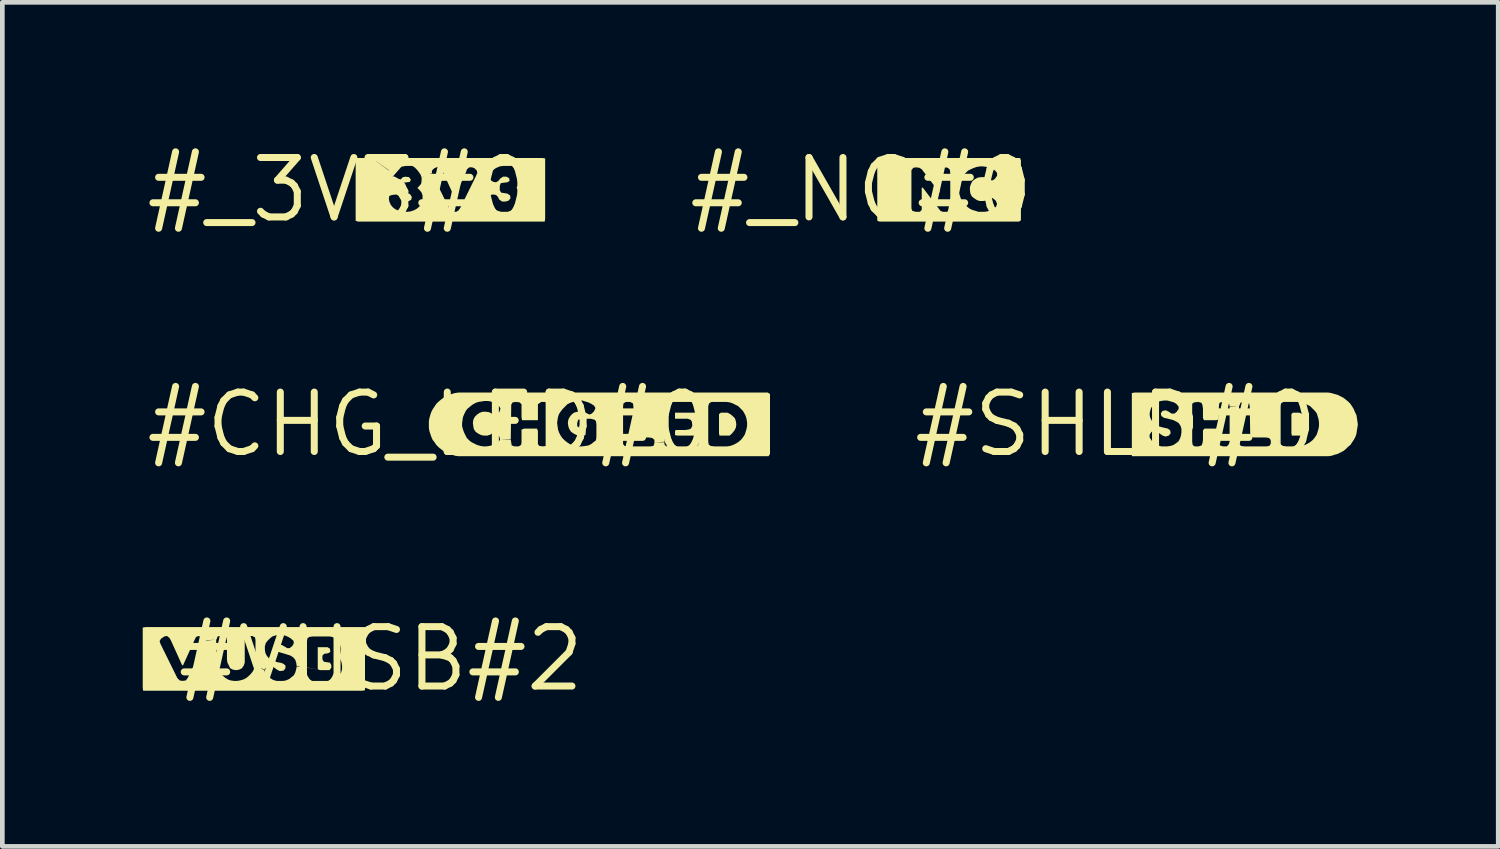
<source format=kicad_pcb>
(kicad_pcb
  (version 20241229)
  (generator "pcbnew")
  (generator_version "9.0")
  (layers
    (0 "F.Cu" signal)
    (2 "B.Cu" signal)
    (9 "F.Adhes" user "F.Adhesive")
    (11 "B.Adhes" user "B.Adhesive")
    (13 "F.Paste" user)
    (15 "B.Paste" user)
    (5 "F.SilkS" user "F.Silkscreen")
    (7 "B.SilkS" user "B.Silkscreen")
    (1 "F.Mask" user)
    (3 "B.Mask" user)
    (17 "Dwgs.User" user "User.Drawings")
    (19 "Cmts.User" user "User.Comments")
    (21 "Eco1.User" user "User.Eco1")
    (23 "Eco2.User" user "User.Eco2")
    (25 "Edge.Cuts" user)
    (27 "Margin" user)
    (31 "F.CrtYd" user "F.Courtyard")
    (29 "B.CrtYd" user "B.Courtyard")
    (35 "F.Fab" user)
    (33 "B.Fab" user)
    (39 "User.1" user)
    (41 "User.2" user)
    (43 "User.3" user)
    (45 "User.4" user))
  (footprint "#CHG_LED#0"
    (layer "F.Cu")
    (at 6.115 6.019)
    (property "Reference" "#CHG_LED#0" (at 0 0 0) (layer "F.SilkS") (effects (font (size 1.27 1.27) (thickness 0.15))))
    (attr through_hole)
    (fp_poly (pts (xy 6.44 0.23) (xy 6.49 0.18) (xy 6.53 0.13) (xy 6.56 0.07) (xy 6.57 0) (xy 6.56 -0.07) (xy 6.54 -0.13) (xy 6.49 -0.18) (xy 6.44 -0.22) (xy 6.38 -0.25) (xy 6.31 -0.25) (xy 6.24 -0.25) (xy 6.2 -0.22) (xy 6.2 0.19) (xy 6.21 0.24) (xy 6.42 0.24)) (stroke (width 0) (type solid)) (fill yes) (layer "F.SilkS"))
    (fp_poly (pts (xy 0.63 -0.68) (xy 0.56 -0.67) (xy 0.49 -0.65) (xy 0.43 -0.63) (xy 0.37 -0.6) (xy 0.31 -0.57) (xy 0.26 -0.53) (xy 0.2 -0.48) (xy 0.16 -0.44) (xy 0.12 -0.38) (xy 0.08 -0.32) (xy 0.05 -0.26) (xy 0.03 -0.2) (xy 0.01 -0.13) (xy 0 -0.07) (xy 0 0) (xy 0 0.07) (xy 0.01 0.14) (xy 0.03 0.2) (xy 0.05 0.26) (xy 0.08 0.33) (xy 0.12 0.38) (xy 0.16 0.44) (xy 0.21 0.49) (xy 0.26 0.53) (xy 0.31 0.57) (xy 0.37 0.6) (xy 0.43 0.63) (xy 0.5 0.65) (xy 0.56 0.67) (xy 0.63 0.68) (xy 0.7 0.68) (xy 7.26 0.68) (xy 7.29 0.63) (xy 7.29 -0.65) (xy 7.24 -0.68) (xy 0.68 -0.68) (xy 0.88 -0.38) (xy 0.93 -0.42) (xy 1 -0.46) (xy 1.06 -0.48) (xy 1.13 -0.49) (xy 1.19 -0.5) (xy 1.26 -0.5) (xy 1.32 -0.49) (xy 1.4 -0.46) (xy 1.45 -0.43) (xy 1.5 -0.39) (xy 1.53 -0.34) (xy 1.51 -0.27) (xy 1.45 -0.21) (xy 1.4 -0.2) (xy 1.29 -0.26) (xy 1.22 -0.27) (xy 1.15 -0.27) (xy 1.09 -0.25) (xy 1.03 -0.21) (xy 0.98 -0.16) (xy 0.95 -0.1) (xy 0.94 -0.03) (xy 0.95 0.04) (xy 0.96 0.1) (xy 1 0.16) (xy 1.06 0.2) (xy 1.12 0.23) (xy 1.18 0.24) (xy 1.25 0.24) (xy 1.31 0.22) (xy 1.36 0.19) (xy 1.41 0.17) (xy 1.46 0.2) (xy 1.51 0.27) (xy 1.52 0.33) (xy 1.75 0.32) (xy 1.76 -0.42) (xy 1.79 -0.47) (xy 1.86 -0.48) (xy 1.94 -0.47) (xy 1.98 -0.43) (xy 1.98 -0.36) (xy 1.98 -0.16) (xy 1.99 -0.09) (xy 2.33 -0.09) (xy 2.33 -0.16) (xy 2.33 -0.36) (xy 2.33 -0.43) (xy 2.4 -0.48) (xy 2.48 -0.48) (xy 2.54 -0.45) (xy 2.56 -0.4) (xy 2.56 0.35) (xy 2.81 0.23) (xy 2.78 0.17) (xy 2.76 0.11) (xy 2.75 0.04) (xy 2.74 -0.03) (xy 2.75 -0.1) (xy 2.76 -0.16) (xy 2.78 -0.22) (xy 2.82 -0.28) (xy 2.86 -0.33) (xy 2.91 -0.38) (xy 2.96 -0.43) (xy 3.02 -0.46) (xy 3.08 -0.48) (xy 3.14 -0.5) (xy 3.21 -0.51) (xy 3.28 -0.51) (xy 3.34 -0.49) (xy 3.41 -0.47) (xy 3.47 -0.44) (xy 3.53 -0.4) (xy 3.56 -0.35) (xy 3.53 -0.28) (xy 3.48 -0.23) (xy 3.43 -0.21) (xy 3.37 -0.24) (xy 3.3 -0.27) (xy 3.24 -0.28) (xy 3.17 -0.27) (xy 3.1 -0.25) (xy 3.05 -0.21) (xy 3.01 -0.16) (xy 2.98 -0.1) (xy 2.97 -0.03) (xy 2.98 0.04) (xy 3 0.1) (xy 3.04 0.16) (xy 3.1 0.2) (xy 3.16 0.23) (xy 3.22 0.24) (xy 3.29 0.24) (xy 3.35 0.22) (xy 3.35 0.08) (xy 3.29 0.07) (xy 3.22 0.07) (xy 3.17 0.04) (xy 3.17 -0.03) (xy 3.19 -0.1) (xy 3.25 -0.11) (xy 3.26 -0.12) (xy 3.46 -0.12) (xy 3.54 -0.1) (xy 3.57 -0.07) (xy 3.58 0) (xy 3.58 0.27) (xy 4.15 0.35) (xy 4.15 -0.39) (xy 4.16 -0.45) (xy 4.21 -0.48) (xy 4.3 -0.48) (xy 4.36 -0.45) (xy 4.37 -0.39) (xy 4.38 0.22) (xy 4.43 0.28) (xy 4.7 0.28) (xy 4.77 0.29) (xy 4.82 0.33) (xy 4.82 0.4) (xy 5.03 0.37) (xy 5.03 -0.38) (xy 5.04 -0.44) (xy 5.08 -0.47) (xy 5.16 -0.48) (xy 5.63 -0.48) (xy 5.7 -0.48) (xy 5.75 -0.45) (xy 5.77 -0.39) (xy 5.97 -0.39) (xy 5.99 -0.45) (xy 6.04 -0.48) (xy 6.09 -0.48) (xy 6.36 -0.48) (xy 6.43 -0.47) (xy 6.49 -0.45) (xy 6.55 -0.42) (xy 6.61 -0.39) (xy 6.66 -0.34) (xy 6.71 -0.29) (xy 6.74 -0.24) (xy 6.77 -0.18) (xy 6.79 -0.11) (xy 6.8 -0.04) (xy 6.8 0.03) (xy 6.79 0.09) (xy 6.77 0.16) (xy 6.75 0.22) (xy 6.71 0.28) (xy 6.67 0.33) (xy 6.61 0.38) (xy 6.56 0.41) (xy 6.5 0.44) (xy 6.44 0.46) (xy 6.37 0.47) (xy 6.3 0.47) (xy 6.1 0.47) (xy 6.02 0.46) (xy 5.98 0.43) (xy 5.97 0.36) (xy 5.97 -0.39) (xy 5.77 -0.39) (xy 5.76 -0.3) (xy 5.73 -0.26) (xy 5.66 -0.25) (xy 5.26 -0.25) (xy 5.26 -0.12) (xy 5.53 -0.12) (xy 5.59 -0.1) (xy 5.62 -0.06) (xy 5.63 0.03) (xy 5.6 0.09) (xy 5.55 0.11) (xy 5.48 0.12) (xy 5.27 0.12) (xy 5.26 0.16) (xy 5.26 0.23) (xy 5.32 0.24) (xy 5.66 0.24) (xy 5.72 0.25) (xy 5.76 0.29) (xy 5.77 0.38) (xy 5.75 0.45) (xy 5.71 0.47) (xy 5.64 0.47) (xy 5.16 0.47) (xy 5.08 0.47) (xy 5.04 0.44) (xy 5.03 0.38) (xy 4.82 0.4) (xy 4.8 0.46) (xy 4.74 0.47) (xy 4.26 0.47) (xy 4.18 0.46) (xy 4.15 0.42) (xy 4.15 0.35) (xy 3.58 0.28) (xy 3.57 0.34) (xy 3.52 0.38) (xy 3.47 0.42) (xy 3.41 0.45) (xy 3.35 0.46) (xy 3.27 0.47) (xy 3.2 0.47) (xy 3.13 0.47) (xy 3.07 0.45) (xy 3.01 0.42) (xy 2.95 0.38) (xy 2.9 0.34) (xy 2.85 0.29) (xy 2.81 0.23) (xy 2.56 0.35) (xy 2.55 0.42) (xy 2.52 0.46) (xy 2.44 0.47) (xy 2.36 0.46) (xy 2.33 0.42) (xy 2.33 0.35) (xy 2.33 0.14) (xy 2.31 0.09) (xy 2.04 0.09) (xy 1.98 0.11) (xy 1.98 0.38) (xy 1.97 0.44) (xy 1.92 0.47) (xy 1.83 0.47) (xy 1.77 0.45) (xy 1.76 0.39) (xy 1.75 0.33) (xy 1.52 0.33) (xy 1.48 0.38) (xy 1.43 0.42) (xy 1.37 0.44) (xy 1.3 0.46) (xy 1.23 0.47) (xy 1.16 0.47) (xy 1.1 0.46) (xy 1.03 0.44) (xy 0.97 0.41) (xy 0.91 0.38) (xy 0.86 0.34) (xy 0.81 0.29) (xy 0.78 0.23) (xy 0.75 0.17) (xy 0.73 0.11) (xy 0.71 0.04) (xy 0.71 -0.03) (xy 0.72 -0.1) (xy 0.73 -0.16) (xy 0.76 -0.23) (xy 0.79 -0.29) (xy 0.83 -0.34) (xy 0.88 -0.38) (xy 0.68 -0.68)) (stroke (width 0) (type solid)) (fill yes) (layer "F.SilkS")))
  (footprint "#_NC#0"
    (layer "F.Cu")
    (at 15.357 1.006)
    (property "Reference" "#_NC#0" (at 0 0 0) (layer "F.SilkS") (effects (font (size 1.27 1.27) (thickness 0.15))))
    (attr through_hole)
    (fp_poly (pts (xy 0.63 -0.68) (xy 0.36 -0.68) (xy 0.34 -0.63) (xy 0.34 0.66) (xy 0.39 0.68) (xy 3.37 0.68) (xy 3.41 0.65) (xy 3.41 -0.63) (xy 3.39 -0.68) (xy 0.68 -0.68) (xy 1.07 -0.42) (xy 1.11 -0.47) (xy 1.17 -0.48) (xy 1.24 -0.47) (xy 1.29 -0.44) (xy 1.67 0.06) (xy 1.67 0.03) (xy 1.67 -0.38) (xy 1.68 -0.44) (xy 1.71 -0.47) (xy 1.78 -0.48) (xy 1.85 -0.47) (xy 1.89 -0.43) (xy 1.9 -0.36) (xy 2.15 -0.26) (xy 2.19 -0.32) (xy 2.23 -0.36) (xy 2.28 -0.41) (xy 2.34 -0.44) (xy 2.41 -0.47) (xy 2.47 -0.49) (xy 2.54 -0.5) (xy 2.6 -0.5) (xy 2.67 -0.49) (xy 2.74 -0.47) (xy 2.8 -0.45) (xy 2.86 -0.41) (xy 2.9 -0.36) (xy 2.9 -0.3) (xy 2.85 -0.23) (xy 2.8 -0.2) (xy 2.75 -0.21) (xy 2.69 -0.25) (xy 2.62 -0.27) (xy 2.55 -0.27) (xy 2.49 -0.26) (xy 2.43 -0.23) (xy 2.37 -0.18) (xy 2.34 -0.12) (xy 2.32 -0.06) (xy 2.32 0.01) (xy 2.33 0.08) (xy 2.36 0.14) (xy 2.41 0.18) (xy 2.47 0.22) (xy 2.53 0.24) (xy 2.6 0.24) (xy 2.66 0.23) (xy 2.7 0.21) (xy 2.77 0.17) (xy 2.81 0.18) (xy 2.87 0.23) (xy 2.9 0.3) (xy 2.88 0.36) (xy 2.83 0.4) (xy 2.78 0.43) (xy 2.7 0.46) (xy 2.63 0.47) (xy 2.57 0.47) (xy 2.5 0.47) (xy 2.44 0.45) (xy 2.37 0.43) (xy 2.31 0.4) (xy 2.26 0.36) (xy 2.21 0.31) (xy 2.17 0.26) (xy 2.13 0.2) (xy 2.11 0.14) (xy 2.09 0.07) (xy 2.09 0) (xy 2.09 -0.07) (xy 2.1 -0.14) (xy 2.12 -0.2) (xy 2.15 -0.26) (xy 1.9 -0.36) (xy 1.9 0.39) (xy 1.88 0.45) (xy 1.83 0.47) (xy 1.74 0.47) (xy 1.69 0.45) (xy 1.31 -0.05) (xy 1.29 -0.04) (xy 1.29 0.37) (xy 1.29 0.43) (xy 1.25 0.47) (xy 1.16 0.47) (xy 1.09 0.45) (xy 1.07 0.4) (xy 1.07 -0.34) (xy 1.07 -0.42) (xy 0.68 -0.68)) (stroke (width 0) (type solid)) (fill yes) (layer "F.SilkS")))
  (footprint "#_3V3#0"
    (layer "F.Cu")
    (at 4.21 1.006)
    (property "Reference" "#_3V3#0" (at 0 0 0) (layer "F.SilkS") (effects (font (size 1.27 1.27) (thickness 0.15))))
    (attr through_hole)
    (fp_poly (pts (xy 0.63 -0.68) (xy 0.36 -0.68) (xy 0.34 -0.63) (xy 0.34 0.66) (xy 0.39 0.68) (xy 4.38 0.68) (xy 4.39 0.62) (xy 4.39 -0.67) (xy 4.33 -0.68) (xy 0.68 -0.68) (xy 1.12 -0.37) (xy 1.17 -0.42) (xy 1.22 -0.46) (xy 1.29 -0.49) (xy 1.35 -0.5) (xy 1.42 -0.51) (xy 1.55 -0.51) (xy 1.6 -0.48) (xy 1.65 -0.43) (xy 1.69 -0.38) (xy 1.73 -0.32) (xy 1.75 -0.26) (xy 1.97 -0.36) (xy 1.97 -0.41) (xy 2.02 -0.46) (xy 2.09 -0.49) (xy 2.15 -0.47) (xy 2.19 -0.43) (xy 2.21 -0.37) (xy 2.42 0.09) (xy 2.45 0.15) (xy 2.47 0.12) (xy 2.7 -0.38) (xy 2.72 -0.44) (xy 2.77 -0.48) (xy 2.83 -0.48) (xy 2.88 -0.46) (xy 2.93 -0.41) (xy 2.94 -0.36) (xy 3.2 -0.27) (xy 3.21 -0.33) (xy 3.25 -0.39) (xy 3.3 -0.44) (xy 3.35 -0.47) (xy 3.42 -0.5) (xy 3.49 -0.51) (xy 3.62 -0.51) (xy 3.68 -0.51) (xy 3.77 -0.41) (xy 3.82 -0.36) (xy 3.85 -0.3) (xy 3.86 -0.23) (xy 3.86 -0.16) (xy 3.83 -0.1) (xy 3.78 -0.06) (xy 3.79 -0.02) (xy 3.84 0.03) (xy 3.87 0.09) (xy 3.88 0.15) (xy 3.87 0.22) (xy 3.85 0.29) (xy 3.82 0.34) (xy 3.77 0.39) (xy 3.72 0.43) (xy 3.66 0.45) (xy 3.59 0.47) (xy 3.52 0.47) (xy 3.45 0.47) (xy 3.38 0.45) (xy 3.32 0.43) (xy 3.27 0.39) (xy 3.22 0.35) (xy 3.18 0.29) (xy 3.16 0.22) (xy 3.16 0.16) (xy 3.19 0.12) (xy 3.27 0.1) (xy 3.34 0.11) (xy 3.38 0.15) (xy 3.41 0.21) (xy 3.47 0.25) (xy 3.55 0.25) (xy 3.61 0.23) (xy 3.65 0.18) (xy 3.64 0.12) (xy 3.58 0.08) (xy 3.51 0.07) (xy 3.45 0.06) (xy 3.42 0.01) (xy 3.42 -0.08) (xy 3.44 -0.14) (xy 3.49 -0.15) (xy 3.58 -0.16) (xy 3.63 -0.19) (xy 3.62 -0.25) (xy 3.56 -0.28) (xy 3.49 -0.28) (xy 3.43 -0.24) (xy 3.39 -0.19) (xy 3.34 -0.16) (xy 3.28 -0.17) (xy 3.22 -0.21) (xy 3.2 -0.27) (xy 2.94 -0.36) (xy 2.91 -0.29) (xy 2.58 0.38) (xy 2.54 0.44) (xy 2.49 0.47) (xy 2.42 0.47) (xy 2.36 0.44) (xy 2.33 0.38) (xy 2 -0.29) (xy 1.97 -0.35) (xy 1.75 -0.26) (xy 1.75 -0.2) (xy 1.74 -0.13) (xy 1.7 -0.08) (xy 1.66 -0.04) (xy 1.71 0.01) (xy 1.75 0.06) (xy 1.77 0.12) (xy 1.77 0.19) (xy 1.76 0.26) (xy 1.73 0.32) (xy 1.69 0.37) (xy 1.64 0.41) (xy 1.58 0.44) (xy 1.52 0.46) (xy 1.45 0.47) (xy 1.37 0.47) (xy 1.3 0.46) (xy 1.24 0.44) (xy 1.18 0.41) (xy 1.13 0.37) (xy 1.09 0.32) (xy 1.06 0.25) (xy 1.05 0.19) (xy 1.06 0.13) (xy 1.12 0.11) (xy 1.21 0.1) (xy 1.26 0.13) (xy 1.29 0.19) (xy 1.33 0.24) (xy 1.4 0.25) (xy 1.48 0.24) (xy 1.53 0.21) (xy 1.54 0.15) (xy 1.5 0.09) (xy 1.44 0.07) (xy 1.37 0.07) (xy 1.32 0.04) (xy 1.31 -0.03) (xy 1.32 -0.12) (xy 1.36 -0.15) (xy 1.43 -0.16) (xy 1.5 -0.17) (xy 1.52 -0.22) (xy 1.48 -0.27) (xy 1.41 -0.28) (xy 1.35 -0.27) (xy 1.3 -0.22) (xy 1.26 -0.16) (xy 1.2 -0.16) (xy 1.14 -0.19) (xy 1.09 -0.24) (xy 1.1 -0.3) (xy 1.12 -0.36) (xy 0.68 -0.68)) (stroke (width 0) (type solid)) (fill yes) (layer "F.SilkS")))
  (footprint "#VUSB#2"
    (layer "F.Cu")
    (at 5.09 11.031)
    (property "Reference" "#VUSB#2" (at 0 0 0) (layer "F.SilkS") (effects (font (size 1.27 1.27) (thickness 0.15))))
    (attr through_hole)
    (fp_poly (pts (xy -4.75 -0.68) (xy -5.03 -0.68) (xy -5.09 -0.67) (xy -5.09 0.62) (xy -5.08 0.68) (xy -0.4 0.68) (xy -0.34 0.67) (xy -0.34 -0.61) (xy -0.34 -0.68) (xy -4.75 -0.68) (xy -4.63 -0.48) (xy -4.57 -0.49) (xy -4.52 -0.45) (xy -4.49 -0.4) (xy -4.25 0.13) (xy -4.23 0.14) (xy -3.98 -0.41) (xy -3.95 -0.47) (xy -3.89 -0.49) (xy -3.78 -0.44) (xy -3.75 -0.39) (xy -3.51 -0.42) (xy -3.49 -0.48) (xy -3.43 -0.49) (xy -3.35 -0.49) (xy -3.3 -0.46) (xy -3.29 -0.4) (xy -3.29 0.01) (xy -3.28 0.08) (xy -3.25 0.14) (xy -3.22 0.2) (xy -3.16 0.23) (xy -3.1 0.24) (xy -3.03 0.23) (xy -2.97 0.2) (xy -2.93 0.14) (xy -2.91 0.08) (xy -2.91 0.01) (xy -2.91 -0.4) (xy -2.89 -0.46) (xy -2.82 -0.49) (xy -2.75 -0.49) (xy -2.69 -0.46) (xy -2.68 -0.4) (xy -2.68 0.01) (xy -2.68 0.08) (xy -2.69 0.14) (xy -2.49 0.23) (xy -2.45 0.18) (xy -2.39 0.14) (xy -2.34 0.14) (xy -2.22 0.23) (xy -2.16 0.26) (xy -2.08 0.25) (xy -2.04 0.2) (xy -2.04 0.14) (xy -2.09 0.1) (xy -2.15 0.08) (xy -2.22 0.07) (xy -2.28 0.04) (xy -2.34 0.02) (xy -2.4 -0.02) (xy -2.44 -0.07) (xy -2.47 -0.13) (xy -2.48 -0.2) (xy -2.48 -0.27) (xy -2.46 -0.34) (xy -2.42 -0.39) (xy -2.37 -0.44) (xy -2.32 -0.48) (xy -2.26 -0.5) (xy -2.19 -0.51) (xy -2.11 -0.51) (xy -2.05 -0.5) (xy -1.98 -0.47) (xy -1.93 -0.44) (xy -1.87 -0.39) (xy -1.86 -0.34) (xy -1.89 -0.28) (xy -1.95 -0.23) (xy -2 -0.23) (xy -2.12 -0.3) (xy -2.19 -0.29) (xy -2.24 -0.25) (xy -2.24 -0.19) (xy -2.19 -0.15) (xy -1.99 -0.09) (xy -1.93 -0.07) (xy -1.87 -0.03) (xy -1.83 0.02) (xy -1.81 0.08) (xy -1.8 0.15) (xy -1.35 0.22) (xy -1.35 -0.25) (xy -1.14 -0.25) (xy -1.09 -0.22) (xy -1.08 -0.15) (xy -0.9 -0.03) (xy -0.86 0.02) (xy -0.84 0.08) (xy -0.83 0.15) (xy -0.83 0.22) (xy -0.85 0.29) (xy -0.88 0.34) (xy -0.92 0.4) (xy -0.98 0.44) (xy -1.04 0.46) (xy -1.11 0.47) (xy -1.45 0.47) (xy -1.53 0.47) (xy -1.57 0.43) (xy -1.58 0.37) (xy -1.58 -0.38) (xy -1.57 -0.44) (xy -1.53 -0.47) (xy -1.45 -0.48) (xy -1.17 -0.48) (xy -1.1 -0.48) (xy -1.04 -0.47) (xy -0.98 -0.44) (xy -0.93 -0.39) (xy -0.89 -0.34) (xy -0.86 -0.27) (xy -0.85 -0.21) (xy -0.86 -0.14) (xy -0.88 -0.08) (xy -0.9 -0.03) (xy -1.08 -0.15) (xy -1.13 -0.12) (xy -1.21 -0.11) (xy -1.25 -0.07) (xy -1.25 0.01) (xy -1.22 0.06) (xy -1.09 0.08) (xy -1.06 0.13) (xy -1.06 0.19) (xy -1.1 0.24) (xy -1.16 0.24) (xy -1.3 0.24) (xy -1.35 0.22) (xy -1.8 0.16) (xy -1.81 0.22) (xy -1.83 0.29) (xy -1.86 0.35) (xy -1.91 0.39) (xy -1.96 0.43) (xy -2.03 0.46) (xy -2.09 0.47) (xy -2.16 0.47) (xy -2.23 0.47) (xy -2.3 0.45) (xy -2.35 0.42) (xy -2.41 0.37) (xy -2.45 0.33) (xy -2.48 0.29) (xy -2.49 0.24) (xy -2.69 0.15) (xy -2.71 0.21) (xy -2.74 0.27) (xy -2.78 0.32) (xy -2.83 0.37) (xy -2.88 0.41) (xy -2.94 0.44) (xy -3.01 0.46) (xy -3.07 0.47) (xy -3.14 0.47) (xy -3.21 0.46) (xy -3.27 0.44) (xy -3.33 0.4) (xy -3.38 0.36) (xy -3.43 0.31) (xy -3.46 0.25) (xy -3.49 0.19) (xy -3.5 0.12) (xy -3.51 0.06) (xy -3.52 -0.01) (xy -3.52 -0.42) (xy -3.75 -0.38) (xy -3.77 -0.32) (xy -4.13 0.41) (xy -4.17 0.46) (xy -4.24 0.47) (xy -4.3 0.46) (xy -4.35 0.41) (xy -4.71 -0.32) (xy -4.73 -0.38) (xy -4.7 -0.43) (xy -4.63 -0.48)) (stroke (width 0) (type solid)) (fill yes) (layer "F.SilkS")))
  (footprint "#SHLD#0"
    (layer "F.Cu")
    (at 20.797 6.019)
    (property "Reference" "#SHLD#0" (at 0 0 0) (layer "F.SilkS") (effects (font (size 1.27 1.27) (thickness 0.15))))
    (attr through_hole)
    (fp_poly (pts (xy 3.98 0.22) (xy 4.03 0.18) (xy 4.08 0.13) (xy 4.1 0.07) (xy 4.11 0) (xy 4.1 -0.07) (xy 4.08 -0.13) (xy 4.03 -0.18) (xy 3.98 -0.22) (xy 3.92 -0.25) (xy 3.85 -0.25) (xy 3.78 -0.25) (xy 3.75 -0.22) (xy 3.75 0.19) (xy 3.76 0.24) (xy 3.96 0.24)) (stroke (width 0) (type solid)) (fill yes) (layer "F.SilkS"))
    (fp_poly (pts (xy 0.67 -0.68) (xy 0.4 -0.68) (xy 0.34 -0.67) (xy 0.34 0.61) (xy 0.34 0.68) (xy 4.47 0.68) (xy 4.54 0.68) (xy 4.61 0.67) (xy 4.67 0.65) (xy 4.74 0.63) (xy 4.8 0.6) (xy 4.86 0.57) (xy 4.91 0.53) (xy 4.96 0.48) (xy 5.01 0.44) (xy 5.05 0.38) (xy 5.09 0.32) (xy 5.12 0.26) (xy 5.14 0.2) (xy 5.15 0.13) (xy 5.16 0.07) (xy 5.17 0) (xy 5.16 -0.07) (xy 5.15 -0.14) (xy 5.14 -0.2) (xy 5.11 -0.26) (xy 5.08 -0.33) (xy 5.05 -0.38) (xy 5.01 -0.44) (xy 4.96 -0.49) (xy 4.91 -0.53) (xy 4.86 -0.57) (xy 4.8 -0.6) (xy 4.74 -0.63) (xy 4.67 -0.65) (xy 4.6 -0.67) (xy 4.54 -0.68) (xy 4.47 -0.68) (xy 0.68 -0.68) (xy 0.84 -0.45) (xy 0.89 -0.48) (xy 0.96 -0.5) (xy 1.03 -0.51) (xy 1.1 -0.51) (xy 1.17 -0.49) (xy 1.24 -0.47) (xy 1.29 -0.44) (xy 1.34 -0.38) (xy 1.34 -0.33) (xy 1.3 -0.27) (xy 1.25 -0.23) (xy 1.19 -0.23) (xy 1.13 -0.27) (xy 1.07 -0.3) (xy 1 -0.29) (xy 0.96 -0.24) (xy 0.97 -0.18) (xy 1.03 -0.14) (xy 1.16 -0.11) (xy 1.23 -0.09) (xy 1.29 -0.06) (xy 1.34 -0.03) (xy 1.38 0.03) (xy 1.4 0.09) (xy 1.4 0.17) (xy 1.39 0.24) (xy 1.37 0.3) (xy 1.63 0.37) (xy 1.63 -0.37) (xy 1.63 -0.44) (xy 1.67 -0.47) (xy 1.76 -0.48) (xy 1.83 -0.46) (xy 1.85 -0.41) (xy 1.86 -0.34) (xy 1.86 -0.14) (xy 1.88 -0.09) (xy 2.15 -0.09) (xy 2.2 -0.11) (xy 2.2 -0.38) (xy 2.21 -0.45) (xy 2.23 -0.47) (xy 2.3 -0.48) (xy 2.37 -0.48) (xy 2.42 -0.44) (xy 2.43 -0.38) (xy 2.64 -0.4) (xy 2.66 -0.46) (xy 2.71 -0.48) (xy 2.8 -0.48) (xy 2.85 -0.44) (xy 2.86 -0.38) (xy 2.87 0.23) (xy 2.93 0.28) (xy 3.2 0.28) (xy 3.27 0.29) (xy 3.31 0.33) (xy 3.52 0.36) (xy 3.52 -0.39) (xy 3.53 -0.45) (xy 3.58 -0.48) (xy 3.63 -0.48) (xy 3.9 -0.48) (xy 3.97 -0.47) (xy 4.03 -0.45) (xy 4.09 -0.42) (xy 4.15 -0.39) (xy 4.2 -0.34) (xy 4.25 -0.29) (xy 4.29 -0.24) (xy 4.31 -0.18) (xy 4.33 -0.11) (xy 4.34 -0.04) (xy 4.34 0.03) (xy 4.33 0.09) (xy 4.31 0.16) (xy 4.29 0.22) (xy 4.25 0.28) (xy 4.21 0.33) (xy 4.15 0.38) (xy 4.1 0.41) (xy 4.04 0.44) (xy 3.98 0.46) (xy 3.91 0.47) (xy 3.84 0.47) (xy 3.64 0.47) (xy 3.56 0.46) (xy 3.52 0.43) (xy 3.52 0.36) (xy 3.31 0.34) (xy 3.31 0.41) (xy 3.28 0.46) (xy 3.22 0.47) (xy 2.74 0.47) (xy 2.67 0.46) (xy 2.64 0.42) (xy 2.63 0.34) (xy 2.63 -0.4) (xy 2.43 -0.37) (xy 2.43 0.37) (xy 2.41 0.43) (xy 2.37 0.47) (xy 2.29 0.47) (xy 2.22 0.45) (xy 2.2 0.4) (xy 2.2 0.33) (xy 2.2 0.12) (xy 2.16 0.09) (xy 1.89 0.09) (xy 1.86 0.13) (xy 1.86 0.33) (xy 1.85 0.4) (xy 1.83 0.45) (xy 1.77 0.47) (xy 1.68 0.47) (xy 1.64 0.44) (xy 1.63 0.37) (xy 1.37 0.3) (xy 1.34 0.36) (xy 1.29 0.4) (xy 1.23 0.44) (xy 1.17 0.46) (xy 1.1 0.47) (xy 1.03 0.47) (xy 0.97 0.47) (xy 0.9 0.45) (xy 0.84 0.41) (xy 0.78 0.37) (xy 0.72 0.28) (xy 0.72 0.22) (xy 0.76 0.16) (xy 0.83 0.14) (xy 0.88 0.15) (xy 0.94 0.2) (xy 1 0.24) (xy 1.06 0.26) (xy 1.13 0.24) (xy 1.17 0.19) (xy 1.16 0.13) (xy 1.11 0.09) (xy 0.98 0.06) (xy 0.91 0.04) (xy 0.85 0.01) (xy 0.8 -0.03) (xy 0.76 -0.09) (xy 0.73 -0.15) (xy 0.72 -0.22) (xy 0.73 -0.28) (xy 0.75 -0.35) (xy 0.79 -0.4) (xy 0.84 -0.45) (xy 0.68 -0.68)) (stroke (width 0) (type solid)) (fill yes) (layer "F.SilkS")))
  (gr_rect
    (start -3 -3)
    (end 28.967 15.037)
    (stroke (width 0.1) (type default))
    (fill no)
    (layer "Edge.Cuts")))
</source>
